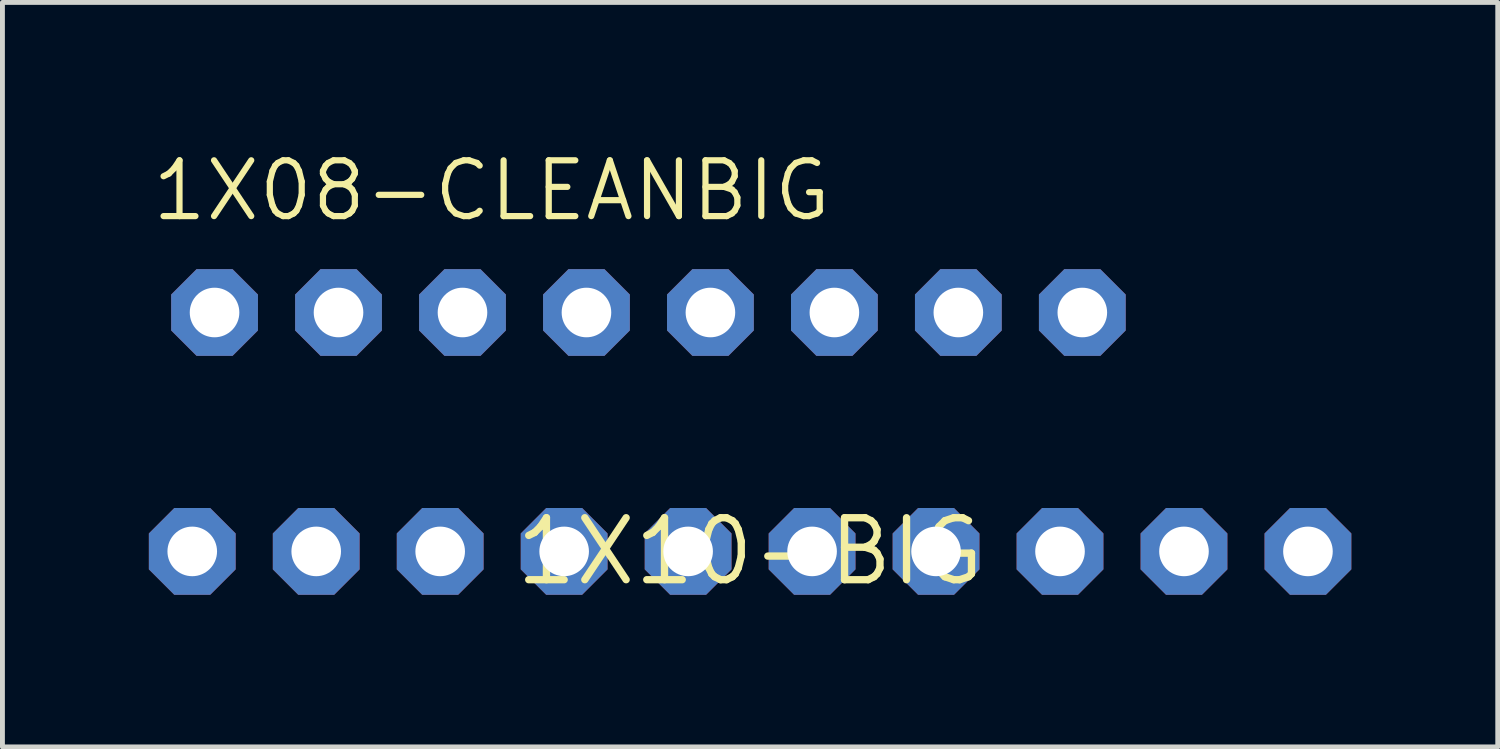
<source format=kicad_pcb>
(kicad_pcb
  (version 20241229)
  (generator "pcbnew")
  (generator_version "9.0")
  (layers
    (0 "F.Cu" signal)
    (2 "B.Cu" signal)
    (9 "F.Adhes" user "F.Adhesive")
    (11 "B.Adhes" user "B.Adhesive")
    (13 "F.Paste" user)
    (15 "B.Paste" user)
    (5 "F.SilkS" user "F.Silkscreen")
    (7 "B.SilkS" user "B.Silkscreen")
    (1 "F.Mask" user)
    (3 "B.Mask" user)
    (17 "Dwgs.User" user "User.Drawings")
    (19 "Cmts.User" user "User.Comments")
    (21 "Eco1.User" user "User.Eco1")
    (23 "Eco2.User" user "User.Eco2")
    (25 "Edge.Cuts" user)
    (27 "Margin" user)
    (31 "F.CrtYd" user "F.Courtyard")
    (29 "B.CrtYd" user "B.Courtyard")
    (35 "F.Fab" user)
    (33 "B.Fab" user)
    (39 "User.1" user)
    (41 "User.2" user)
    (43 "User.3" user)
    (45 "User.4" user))
  (footprint "1X08-CLEANBIG"
    (layer "F.Cu")
    (at 10.236 3.353)
    (property "Reference" "1X08-CLEANBIG" (at -10.236 -1.829 0) (layer "F.SilkS") (effects (font (size 1.143 1.143) (thickness 0.127)) (justify left bottom)))
    (fp_poly (pts (xy -9.144 0.254) (xy -8.636 0.254) (xy -8.636 -0.254) (xy -9.144 -0.254)) (stroke (width 0.1) (type default)) (fill no) (layer "F.Fab"))
    (fp_poly (pts (xy -6.604 0.254) (xy -6.096 0.254) (xy -6.096 -0.254) (xy -6.604 -0.254)) (stroke (width 0.1) (type default)) (fill no) (layer "F.Fab"))
    (fp_poly (pts (xy -4.064 0.254) (xy -3.556 0.254) (xy -3.556 -0.254) (xy -4.064 -0.254)) (stroke (width 0.1) (type default)) (fill no) (layer "F.Fab"))
    (fp_poly (pts (xy -1.524 0.254) (xy -1.016 0.254) (xy -1.016 -0.254) (xy -1.524 -0.254)) (stroke (width 0.1) (type default)) (fill no) (layer "F.Fab"))
    (fp_poly (pts (xy 1.016 0.254) (xy 1.524 0.254) (xy 1.524 -0.254) (xy 1.016 -0.254)) (stroke (width 0.1) (type default)) (fill no) (layer "F.Fab"))
    (fp_poly (pts (xy 3.556 0.254) (xy 4.064 0.254) (xy 4.064 -0.254) (xy 3.556 -0.254)) (stroke (width 0.1) (type default)) (fill no) (layer "F.Fab"))
    (fp_poly (pts (xy 6.096 0.254) (xy 6.604 0.254) (xy 6.604 -0.254) (xy 6.096 -0.254)) (stroke (width 0.1) (type default)) (fill no) (layer "F.Fab"))
    (fp_poly (pts (xy 8.636 0.254) (xy 9.144 0.254) (xy 9.144 -0.254) (xy 8.636 -0.254)) (stroke (width 0.1) (type default)) (fill no) (layer "F.Fab"))
    (pad "1" thru_hole roundrect (at -8.89 0 90) (size 1.778 1.778) (drill 1.016) (layers "*.Cu" "*.Mask") (roundrect_rratio 0.25) (chamfer_ratio 0.293) (chamfer top_left top_right bottom_left bottom_right))
    (pad "2" thru_hole roundrect (at -6.35 0 90) (size 1.778 1.778) (drill 1.016) (layers "*.Cu" "*.Mask") (roundrect_rratio 0.25) (chamfer_ratio 0.293) (chamfer top_left top_right bottom_left bottom_right))
    (pad "3" thru_hole roundrect (at -3.81 0 90) (size 1.778 1.778) (drill 1.016) (layers "*.Cu" "*.Mask") (roundrect_rratio 0.25) (chamfer_ratio 0.293) (chamfer top_left top_right bottom_left bottom_right))
    (pad "4" thru_hole roundrect (at -1.27 0 90) (size 1.778 1.778) (drill 1.016) (layers "*.Cu" "*.Mask") (roundrect_rratio 0.25) (chamfer_ratio 0.293) (chamfer top_left top_right bottom_left bottom_right))
    (pad "5" thru_hole roundrect (at 1.27 0 90) (size 1.778 1.778) (drill 1.016) (layers "*.Cu" "*.Mask") (roundrect_rratio 0.25) (chamfer_ratio 0.293) (chamfer top_left top_right bottom_left bottom_right))
    (pad "6" thru_hole roundrect (at 3.81 0 90) (size 1.778 1.778) (drill 1.016) (layers "*.Cu" "*.Mask") (roundrect_rratio 0.25) (chamfer_ratio 0.293) (chamfer top_left top_right bottom_left bottom_right))
    (pad "7" thru_hole roundrect (at 6.35 0 90) (size 1.778 1.778) (drill 1.016) (layers "*.Cu" "*.Mask") (roundrect_rratio 0.25) (chamfer_ratio 0.293) (chamfer top_left top_right bottom_left bottom_right))
    (pad "8" thru_hole roundrect (at 8.89 0 90) (size 1.778 1.778) (drill 1.016) (layers "*.Cu" "*.Mask") (roundrect_rratio 0.25) (chamfer_ratio 0.293) (chamfer top_left top_right bottom_left bottom_right)))
  (footprint "1X10-BIG"
    (layer "F.Cu")
    (at 12.319 8.248)
    (property "Reference" "1X10-BIG" (at 0 0 0) (layer "F.SilkS") (effects (font (size 1.27 1.27) (thickness 0.15))))
    (fp_poly (pts (xy -11.684 0.254) (xy -11.176 0.254) (xy -11.176 -0.254) (xy -11.684 -0.254)) (stroke (width 0.1) (type default)) (fill no) (layer "F.Fab"))
    (fp_poly (pts (xy -9.144 0.254) (xy -8.636 0.254) (xy -8.636 -0.254) (xy -9.144 -0.254)) (stroke (width 0.1) (type default)) (fill no) (layer "F.Fab"))
    (fp_poly (pts (xy -6.604 0.254) (xy -6.096 0.254) (xy -6.096 -0.254) (xy -6.604 -0.254)) (stroke (width 0.1) (type default)) (fill no) (layer "F.Fab"))
    (fp_poly (pts (xy -4.064 0.254) (xy -3.556 0.254) (xy -3.556 -0.254) (xy -4.064 -0.254)) (stroke (width 0.1) (type default)) (fill no) (layer "F.Fab"))
    (fp_poly (pts (xy -1.524 0.254) (xy -1.016 0.254) (xy -1.016 -0.254) (xy -1.524 -0.254)) (stroke (width 0.1) (type default)) (fill no) (layer "F.Fab"))
    (fp_poly (pts (xy 1.016 0.254) (xy 1.524 0.254) (xy 1.524 -0.254) (xy 1.016 -0.254)) (stroke (width 0.1) (type default)) (fill no) (layer "F.Fab"))
    (fp_poly (pts (xy 3.556 0.254) (xy 4.064 0.254) (xy 4.064 -0.254) (xy 3.556 -0.254)) (stroke (width 0.1) (type default)) (fill no) (layer "F.Fab"))
    (fp_poly (pts (xy 6.096 0.254) (xy 6.604 0.254) (xy 6.604 -0.254) (xy 6.096 -0.254)) (stroke (width 0.1) (type default)) (fill no) (layer "F.Fab"))
    (fp_poly (pts (xy 8.636 0.254) (xy 9.144 0.254) (xy 9.144 -0.254) (xy 8.636 -0.254)) (stroke (width 0.1) (type default)) (fill no) (layer "F.Fab"))
    (fp_poly (pts (xy 11.176 0.254) (xy 11.684 0.254) (xy 11.684 -0.254) (xy 11.176 -0.254)) (stroke (width 0.1) (type default)) (fill no) (layer "F.Fab"))
    (pad "1" thru_hole roundrect (at -11.43 0 90) (size 1.778 1.778) (drill 1.016) (layers "*.Cu" "*.Mask") (roundrect_rratio 0.25) (chamfer_ratio 0.293) (chamfer top_left top_right bottom_left bottom_right))
    (pad "2" thru_hole roundrect (at -8.89 0 90) (size 1.778 1.778) (drill 1.016) (layers "*.Cu" "*.Mask") (roundrect_rratio 0.25) (chamfer_ratio 0.293) (chamfer top_left top_right bottom_left bottom_right))
    (pad "3" thru_hole roundrect (at -6.35 0 90) (size 1.778 1.778) (drill 1.016) (layers "*.Cu" "*.Mask") (roundrect_rratio 0.25) (chamfer_ratio 0.293) (chamfer top_left top_right bottom_left bottom_right))
    (pad "4" thru_hole roundrect (at -3.81 0 90) (size 1.778 1.778) (drill 1.016) (layers "*.Cu" "*.Mask") (roundrect_rratio 0.25) (chamfer_ratio 0.293) (chamfer top_left top_right bottom_left bottom_right))
    (pad "5" thru_hole roundrect (at -1.27 0 90) (size 1.778 1.778) (drill 1.016) (layers "*.Cu" "*.Mask") (roundrect_rratio 0.25) (chamfer_ratio 0.293) (chamfer top_left top_right bottom_left bottom_right))
    (pad "6" thru_hole roundrect (at 1.27 0 90) (size 1.778 1.778) (drill 1.016) (layers "*.Cu" "*.Mask") (roundrect_rratio 0.25) (chamfer_ratio 0.293) (chamfer top_left top_right bottom_left bottom_right))
    (pad "7" thru_hole roundrect (at 3.81 0 90) (size 1.778 1.778) (drill 1.016) (layers "*.Cu" "*.Mask") (roundrect_rratio 0.25) (chamfer_ratio 0.293) (chamfer top_left top_right bottom_left bottom_right))
    (pad "8" thru_hole roundrect (at 6.35 0 90) (size 1.778 1.778) (drill 1.016) (layers "*.Cu" "*.Mask") (roundrect_rratio 0.25) (chamfer_ratio 0.293) (chamfer top_left top_right bottom_left bottom_right))
    (pad "9" thru_hole roundrect (at 8.89 0 90) (size 1.778 1.778) (drill 1.016) (layers "*.Cu" "*.Mask") (roundrect_rratio 0.25) (chamfer_ratio 0.293) (chamfer top_left top_right bottom_left bottom_right))
    (pad "10" thru_hole roundrect (at 11.43 0 90) (size 1.778 1.778) (drill 1.016) (layers "*.Cu" "*.Mask") (roundrect_rratio 0.25) (chamfer_ratio 0.293) (chamfer top_left top_right bottom_left bottom_right)))
  (gr_rect
    (start -3 -3)
    (end 27.638 12.254)
    (stroke (width 0.1) (type default))
    (fill no)
    (layer "Edge.Cuts")))
</source>
